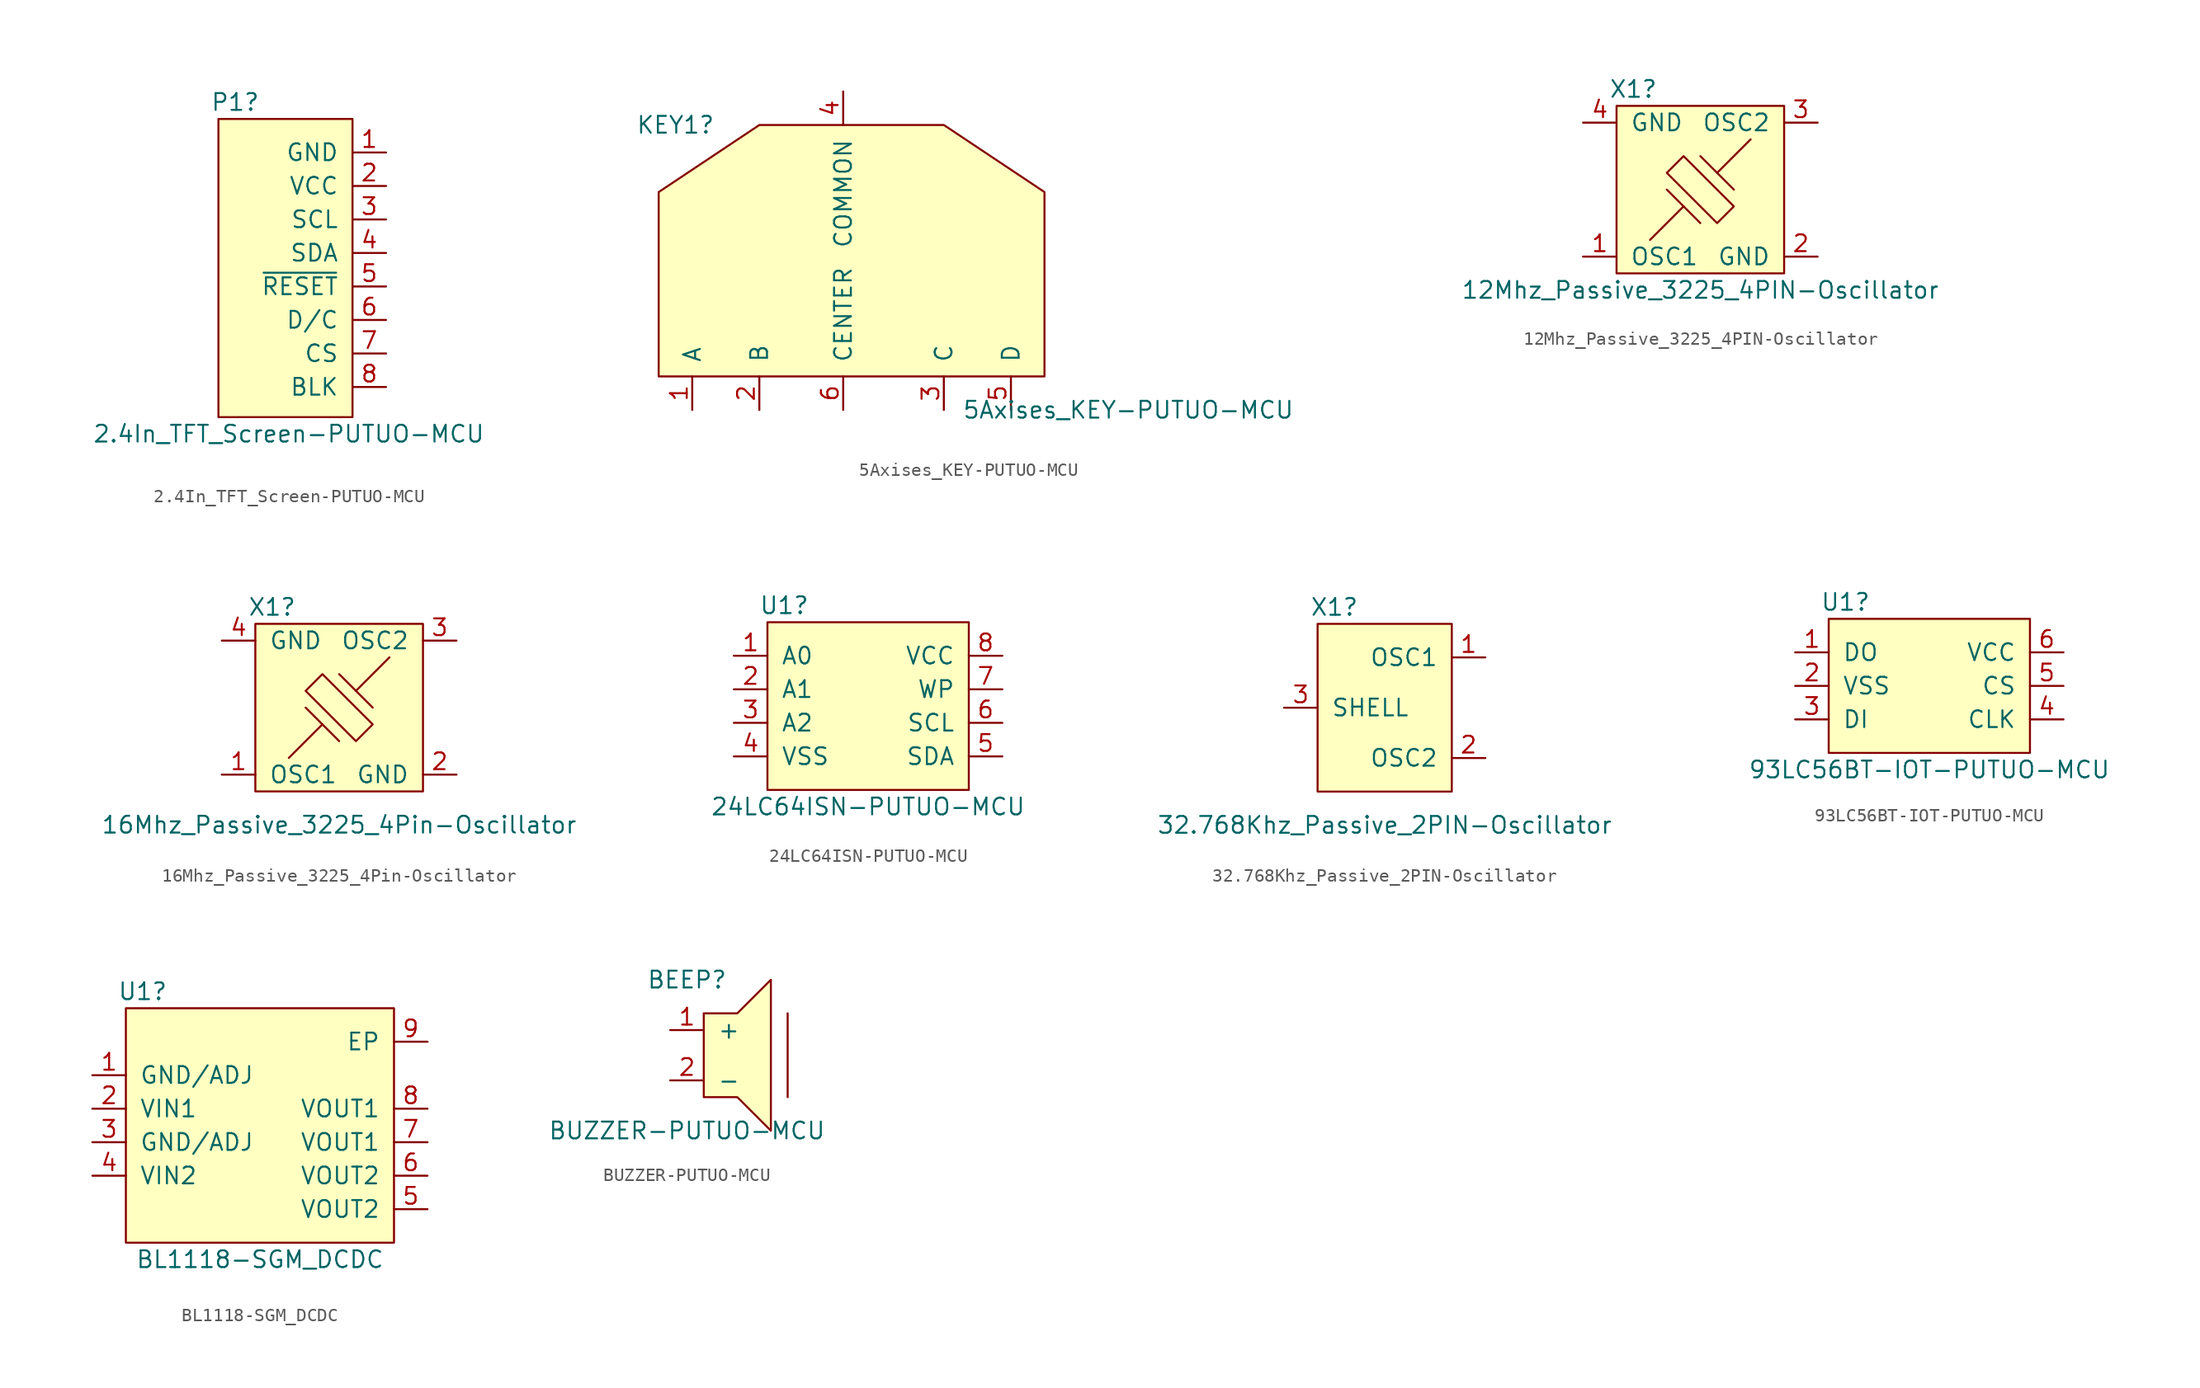
<source format=kicad_sym>
(kicad_symbol_lib
  (version 20211014)
  (generator kicad_symbol_editor)
  (symbol "2.4In_TFT_Screen-PUTUO-MCU"
    (pin_names
      (offset 1.016))
    (property "Reference" "P1"
      (at -8.89 12.7 0)
      (effects (font (size 1.27 1.27))))
    (property "Value" "2.4In_TFT_Screen-PUTUO-MCU"
      (at -4.826 -12.446 0)
      (effects (font (size 1.27 1.27))))
    (symbol "2.4In_TFT_Screen-PUTUO-MCU_0_1"
      (rectangle (start 0 11.43) (end -10.16 -11.176) (stroke (width 0) (type default) (color 0 0 0 0)) (fill (type background))))
    (symbol "2.4In_TFT_Screen-PUTUO-MCU_1_1"
      (pin power_in line (at 2.54 8.89 180) (length 2.54) (name "GND" (effects (font (size 1.27 1.27)))) (number "1" (effects (font (size 1.27 1.27)))))
      (pin power_in line (at 2.54 6.35 180) (length 2.54) (name "VCC" (effects (font (size 1.27 1.27)))) (number "2" (effects (font (size 1.27 1.27)))))
      (pin input line (at 2.54 3.81 180) (length 2.54) (name "SCL" (effects (font (size 1.27 1.27)))) (number "3" (effects (font (size 1.27 1.27)))))
      (pin input line (at 2.54 1.27 180) (length 2.54) (name "SDA" (effects (font (size 1.27 1.27)))) (number "4" (effects (font (size 1.27 1.27)))))
      (pin input line (at 2.54 -1.27 180) (length 2.54) (name "~{RESET}" (effects (font (size 1.27 1.27)))) (number "5" (effects (font (size 1.27 1.27)))))
      (pin input line (at 2.54 -3.81 180) (length 2.54) (name "D/C" (effects (font (size 1.27 1.27)))) (number "6" (effects (font (size 1.27 1.27)))))
      (pin input line (at 2.54 -6.35 180) (length 2.54) (name "CS" (effects (font (size 1.27 1.27)))) (number "7" (effects (font (size 1.27 1.27)))))
      (pin input line (at 2.54 -8.89 180) (length 2.54) (name "BLK" (effects (font (size 1.27 1.27)))) (number "8" (effects (font (size 1.27 1.27)))))))
  (symbol "5Axises_KEY-PUTUO-MCU"
    (pin_names
      (offset 1.016))
    (property "Reference" "KEY1"
      (at -12.7 5.08 0)
      (effects (font (size 1.27 1.27))))
    (property "Value" "5Axises_KEY-PUTUO-MCU"
      (at 21.59 -16.51 0)
      (effects (font (size 1.27 1.27))))
    (symbol "5Axises_KEY-PUTUO-MCU_0_1"
      (polyline (pts (xy -6.35 5.08) (xy 7.62 5.08) (xy 15.24 0) (xy 15.24 -13.97) (xy -13.97 -13.97) (xy -13.97 0) (xy -6.35 5.08)) (stroke (width 0) (type default) (color 0 0 0 0)) (fill (type background))))
    (symbol "5Axises_KEY-PUTUO-MCU_1_1"
      (pin passive line (at -11.43 -16.51 90) (length 2.54) (name "A" (effects (font (size 1.27 1.27)))) (number "1" (effects (font (size 1.27 1.27)))))
      (pin passive line (at -6.35 -16.51 90) (length 2.54) (name "B" (effects (font (size 1.27 1.27)))) (number "2" (effects (font (size 1.27 1.27)))))
      (pin passive line (at 7.62 -16.51 90) (length 2.54) (name "C" (effects (font (size 1.27 1.27)))) (number "3" (effects (font (size 1.27 1.27)))))
      (pin passive line (at 0 7.62 270) (length 2.54) (name "COMMON" (effects (font (size 1.27 1.27)))) (number "4" (effects (font (size 1.27 1.27)))))
      (pin passive line (at 12.7 -16.51 90) (length 2.54) (name "D" (effects (font (size 1.27 1.27)))) (number "5" (effects (font (size 1.27 1.27)))))
      (pin passive line (at 0 -16.51 90) (length 2.54) (name "CENTER" (effects (font (size 1.27 1.27)))) (number "6" (effects (font (size 1.27 1.27)))))))
  (symbol "12Mhz_Passive_3225_4PIN-Oscillator"
    (pin_names
      (offset 1.016))
    (property "Reference" "X1"
      (at -5.08 7.62 0)
      (effects (font (size 1.27 1.27))))
    (property "Value" "12Mhz_Passive_3225_4PIN-Oscillator"
      (at 0 -7.62 0)
      (effects (font (size 1.27 1.27))))
    (symbol "12Mhz_Passive_3225_4PIN-Oscillator_1_1"
      (rectangle (start -6.35 -6.35) (end 6.35 6.35) (stroke (width 0) (type default) (color 0 0 0 0)) (fill (type background)))
      (polyline (pts (xy 0 -2.54) (xy -2.54 0)) (stroke (width 0) (type default) (color 0 0 0 0)) (fill (type none)))
      (polyline (pts (xy 0 2.54) (xy 2.54 0)) (stroke (width 0) (type default) (color 0 0 0 0)) (fill (type none)))
      (polyline (pts (xy 1.27 1.27) (xy 3.81 3.81)) (stroke (width 0) (type default) (color 0 0 0 0)) (fill (type none)))
      (polyline (pts (xy -1.27 -1.27) (xy -3.81 -3.81) (xy -3.81 -3.81)) (stroke (width 0) (type default) (color 0 0 0 0)) (fill (type none)))
      (polyline (pts (xy 1.27 -2.54) (xy -2.54 1.27) (xy -1.27 2.54) (xy 2.54 -1.27) (xy 1.27 -2.54)) (stroke (width 0) (type default) (color 0 0 0 0)) (fill (type none)))
      (pin passive line (at -8.89 -5.08 0) (length 2.54) (name "OSC1" (effects (font (size 1.27 1.27)))) (number "1" (effects (font (size 1.27 1.27)))))
      (pin passive line (at 8.89 -5.08 180) (length 2.54) (name "GND" (effects (font (size 1.27 1.27)))) (number "2" (effects (font (size 1.27 1.27)))))
      (pin passive line (at 8.89 5.08 180) (length 2.54) (name "OSC2" (effects (font (size 1.27 1.27)))) (number "3" (effects (font (size 1.27 1.27)))))
      (pin passive line (at -8.89 5.08 0) (length 2.54) (name "GND" (effects (font (size 1.27 1.27)))) (number "4" (effects (font (size 1.27 1.27)))))))
  (symbol "16Mhz_Passive_3225_4Pin-Oscillator"
    (pin_names
      (offset 1.016))
    (property "Reference" "X1"
      (at -5.08 7.62 0)
      (effects (font (size 1.27 1.27))))
    (property "Value" "16Mhz_Passive_3225_4Pin-Oscillator"
      (at 0 -8.89 0)
      (effects (font (size 1.27 1.27))))
    (symbol "16Mhz_Passive_3225_4Pin-Oscillator_1_1"
      (rectangle (start -6.35 -6.35) (end 6.35 6.35) (stroke (width 0) (type default) (color 0 0 0 0)) (fill (type background)))
      (polyline (pts (xy 0 -2.54) (xy -2.54 0)) (stroke (width 0) (type default) (color 0 0 0 0)) (fill (type none)))
      (polyline (pts (xy 0 2.54) (xy 2.54 0)) (stroke (width 0) (type default) (color 0 0 0 0)) (fill (type none)))
      (polyline (pts (xy 1.27 1.27) (xy 3.81 3.81)) (stroke (width 0) (type default) (color 0 0 0 0)) (fill (type none)))
      (polyline (pts (xy -1.27 -1.27) (xy -3.81 -3.81) (xy -3.81 -3.81)) (stroke (width 0) (type default) (color 0 0 0 0)) (fill (type none)))
      (polyline (pts (xy 1.27 -2.54) (xy -2.54 1.27) (xy -1.27 2.54) (xy 2.54 -1.27) (xy 1.27 -2.54)) (stroke (width 0) (type default) (color 0 0 0 0)) (fill (type none)))
      (pin passive line (at -8.89 -5.08 0) (length 2.54) (name "OSC1" (effects (font (size 1.27 1.27)))) (number "1" (effects (font (size 1.27 1.27)))))
      (pin passive line (at 8.89 -5.08 180) (length 2.54) (name "GND" (effects (font (size 1.27 1.27)))) (number "2" (effects (font (size 1.27 1.27)))))
      (pin passive line (at 8.89 5.08 180) (length 2.54) (name "OSC2" (effects (font (size 1.27 1.27)))) (number "3" (effects (font (size 1.27 1.27)))))
      (pin passive line (at -8.89 5.08 0) (length 2.54) (name "GND" (effects (font (size 1.27 1.27)))) (number "4" (effects (font (size 1.27 1.27)))))))
  (symbol "24LC64ISN-PUTUO-MCU"
    (pin_names
      (offset 1.016))
    (property "Reference" "U1"
      (at -6.35 7.62 0)
      (effects (font (size 1.27 1.27))))
    (property "Value" "24LC64ISN-PUTUO-MCU"
      (at 0 -7.62 0)
      (effects (font (size 1.27 1.27))))
    (symbol "24LC64ISN-PUTUO-MCU_1_1"
      (rectangle (start -7.62 6.35) (end 7.62 -6.35) (stroke (width 0) (type default) (color 0 0 0 0)) (fill (type background)))
      (pin input line (at -10.16 3.81 0) (length 2.54) (name "A0" (effects (font (size 1.27 1.27)))) (number "1" (effects (font (size 1.27 1.27)))))
      (pin input line (at -10.16 1.27 0) (length 2.54) (name "A1" (effects (font (size 1.27 1.27)))) (number "2" (effects (font (size 1.27 1.27)))))
      (pin input line (at -10.16 -1.27 0) (length 2.54) (name "A2" (effects (font (size 1.27 1.27)))) (number "3" (effects (font (size 1.27 1.27)))))
      (pin power_in line (at -10.16 -3.81 0) (length 2.54) (name "VSS" (effects (font (size 1.27 1.27)))) (number "4" (effects (font (size 1.27 1.27)))))
      (pin bidirectional line (at 10.16 -3.81 180) (length 2.54) (name "SDA" (effects (font (size 1.27 1.27)))) (number "5" (effects (font (size 1.27 1.27)))))
      (pin bidirectional line (at 10.16 -1.27 180) (length 2.54) (name "SCL" (effects (font (size 1.27 1.27)))) (number "6" (effects (font (size 1.27 1.27)))))
      (pin bidirectional line (at 10.16 1.27 180) (length 2.54) (name "WP" (effects (font (size 1.27 1.27)))) (number "7" (effects (font (size 1.27 1.27)))))
      (pin power_in line (at 10.16 3.81 180) (length 2.54) (name "VCC" (effects (font (size 1.27 1.27)))) (number "8" (effects (font (size 1.27 1.27)))))))
  (symbol "32.768Khz_Passive_2PIN-Oscillator"
    (pin_names
      (offset 1.016))
    (property "Reference" "X1"
      (at -3.81 7.62 0)
      (effects (font (size 1.27 1.27))))
    (property "Value" "32.768Khz_Passive_2PIN-Oscillator"
      (at 0 -8.89 0)
      (effects (font (size 1.27 1.27))))
    (symbol "32.768Khz_Passive_2PIN-Oscillator_0_1"
      (rectangle (start -5.08 6.35) (end 5.08 -6.35) (stroke (width 0) (type default) (color 0 0 0 0)) (fill (type background))))
    (symbol "32.768Khz_Passive_2PIN-Oscillator_1_1"
      (pin passive line (at 7.62 3.81 180) (length 2.54) (name "OSC1" (effects (font (size 1.27 1.27)))) (number "1" (effects (font (size 1.27 1.27)))))
      (pin passive line (at 7.62 -3.81 180) (length 2.54) (name "OSC2" (effects (font (size 1.27 1.27)))) (number "2" (effects (font (size 1.27 1.27)))))
      (pin passive line (at -7.62 0 0) (length 2.54) (name "SHELL" (effects (font (size 1.27 1.27)))) (number "3" (effects (font (size 1.27 1.27)))))))
  (symbol "93LC56BT-IOT-PUTUO-MCU"
    (pin_names
      (offset 1.016))
    (property "Reference" "U1"
      (at -6.35 6.35 0)
      (effects (font (size 1.27 1.27))))
    (property "Value" "93LC56BT-IOT-PUTUO-MCU"
      (at 0 -6.35 0)
      (effects (font (size 1.27 1.27))))
    (symbol "93LC56BT-IOT-PUTUO-MCU_0_1"
      (rectangle (start -7.62 5.08) (end 7.62 -5.08) (stroke (width 0) (type default) (color 0 0 0 0)) (fill (type background))))
    (symbol "93LC56BT-IOT-PUTUO-MCU_1_1"
      (pin passive line (at -10.16 2.54 0) (length 2.54) (name "DO" (effects (font (size 1.27 1.27)))) (number "1" (effects (font (size 1.27 1.27)))))
      (pin passive line (at -10.16 0 0) (length 2.54) (name "VSS" (effects (font (size 1.27 1.27)))) (number "2" (effects (font (size 1.27 1.27)))))
      (pin passive line (at -10.16 -2.54 0) (length 2.54) (name "DI" (effects (font (size 1.27 1.27)))) (number "3" (effects (font (size 1.27 1.27)))))
      (pin passive line (at 10.16 -2.54 180) (length 2.54) (name "CLK" (effects (font (size 1.27 1.27)))) (number "4" (effects (font (size 1.27 1.27)))))
      (pin passive line (at 10.16 0 180) (length 2.54) (name "CS" (effects (font (size 1.27 1.27)))) (number "5" (effects (font (size 1.27 1.27)))))
      (pin passive line (at 10.16 2.54 180) (length 2.54) (name "VCC" (effects (font (size 1.27 1.27)))) (number "6" (effects (font (size 1.27 1.27)))))))
  (symbol "BL1118-SGM_DCDC"
    (pin_names
      (offset 1.016))
    (property "Reference" "U1"
      (at -8.89 10.16 0)
      (effects (font (size 1.27 1.27))))
    (property "Value" "BL1118-SGM_DCDC"
      (at 0 -10.16 0)
      (effects (font (size 1.27 1.27))))
    (symbol "BL1118-SGM_DCDC_1_1"
      (rectangle (start -10.16 8.89) (end 10.16 -8.89) (stroke (width 0) (type default) (color 0 0 0 0)) (fill (type background)))
      (pin power_in line (at -12.7 3.81 0) (length 2.54) (name "GND/ADJ" (effects (font (size 1.27 1.27)))) (number "1" (effects (font (size 1.27 1.27)))))
      (pin power_in line (at -12.7 1.27 0) (length 2.54) (name "VIN1" (effects (font (size 1.27 1.27)))) (number "2" (effects (font (size 1.27 1.27)))))
      (pin power_in line (at -12.7 -1.27 0) (length 2.54) (name "GND/ADJ" (effects (font (size 1.27 1.27)))) (number "3" (effects (font (size 1.27 1.27)))))
      (pin power_in line (at -12.7 -3.81 0) (length 2.54) (name "VIN2" (effects (font (size 1.27 1.27)))) (number "4" (effects (font (size 1.27 1.27)))))
      (pin power_out line (at 12.7 -6.35 180) (length 2.54) (name "VOUT2" (effects (font (size 1.27 1.27)))) (number "5" (effects (font (size 1.27 1.27)))))
      (pin power_out line (at 12.7 -3.81 180) (length 2.54) (name "VOUT2" (effects (font (size 1.27 1.27)))) (number "6" (effects (font (size 1.27 1.27)))))
      (pin power_out line (at 12.7 -1.27 180) (length 2.54) (name "VOUT1" (effects (font (size 1.27 1.27)))) (number "7" (effects (font (size 1.27 1.27)))))
      (pin power_out line (at 12.7 1.27 180) (length 2.54) (name "VOUT1" (effects (font (size 1.27 1.27)))) (number "8" (effects (font (size 1.27 1.27)))))
      (pin power_in line (at 12.7 6.35 180) (length 2.54) (name "EP" (effects (font (size 1.27 1.27)))) (number "9" (effects (font (size 1.27 1.27)))))))
  (symbol "BUZZER-PUTUO-MCU"
    (pin_names
      (offset 1.016))
    (property "Reference" "BEEP"
      (at -3.81 5.08 0)
      (effects (font (size 1.27 1.27))))
    (property "Value" "BUZZER-PUTUO-MCU"
      (at -3.81 -6.35 0)
      (effects (font (size 1.27 1.27))))
    (symbol "BUZZER-PUTUO-MCU_0_1"
      (polyline (pts (xy 3.81 2.54) (xy 3.81 -3.81)) (stroke (width 0) (type default) (color 0 0 0 0)) (fill (type none)))
      (polyline (pts (xy -2.54 2.54) (xy -2.54 -3.81) (xy 0 -3.81) (xy 2.54 -6.35) (xy 2.54 5.08) (xy 0 2.54) (xy -2.54 2.54)) (stroke (width 0) (type default) (color 0 0 0 0)) (fill (type background))))
    (symbol "BUZZER-PUTUO-MCU_1_1"
      (pin power_in line (at -5.08 1.27 0) (length 2.54) (name "+" (effects (font (size 1.27 1.27)))) (number "1" (effects (font (size 1.27 1.27)))))
      (pin power_in line (at -5.08 -2.54 0) (length 2.54) (name "-" (effects (font (size 1.27 1.27)))) (number "2" (effects (font (size 1.27 1.27))))))))
</source>
